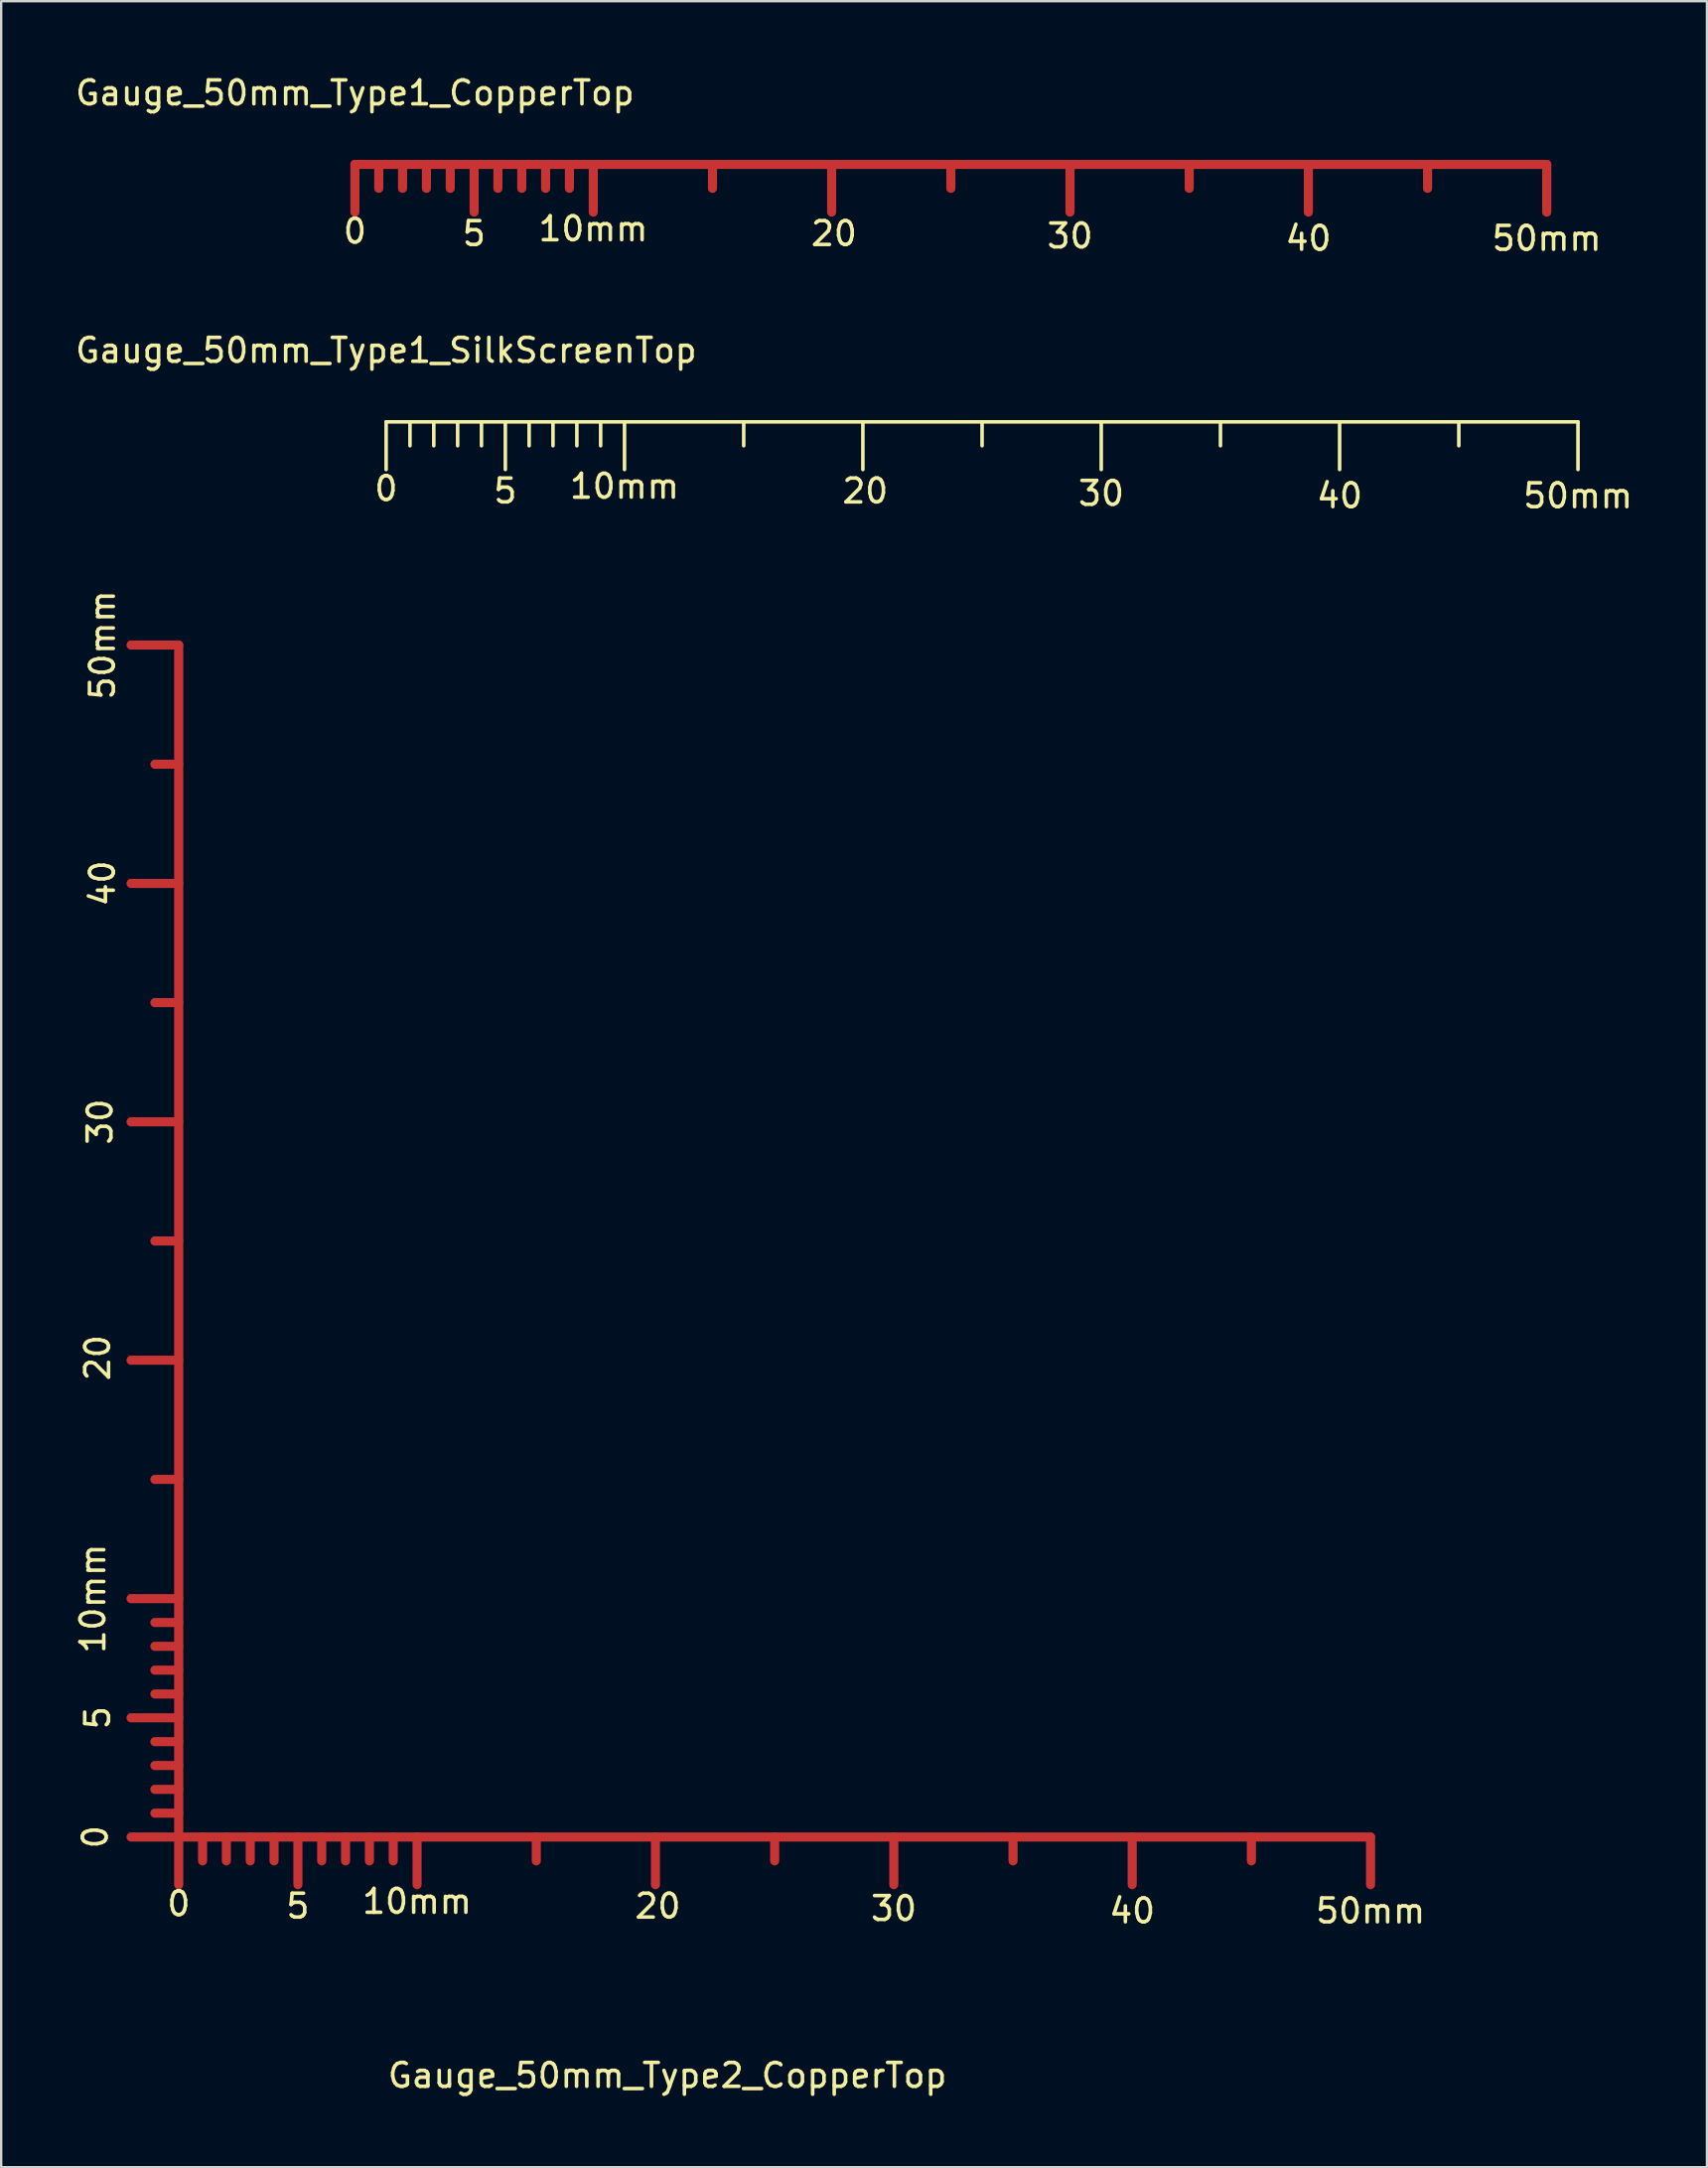
<source format=kicad_pcb>
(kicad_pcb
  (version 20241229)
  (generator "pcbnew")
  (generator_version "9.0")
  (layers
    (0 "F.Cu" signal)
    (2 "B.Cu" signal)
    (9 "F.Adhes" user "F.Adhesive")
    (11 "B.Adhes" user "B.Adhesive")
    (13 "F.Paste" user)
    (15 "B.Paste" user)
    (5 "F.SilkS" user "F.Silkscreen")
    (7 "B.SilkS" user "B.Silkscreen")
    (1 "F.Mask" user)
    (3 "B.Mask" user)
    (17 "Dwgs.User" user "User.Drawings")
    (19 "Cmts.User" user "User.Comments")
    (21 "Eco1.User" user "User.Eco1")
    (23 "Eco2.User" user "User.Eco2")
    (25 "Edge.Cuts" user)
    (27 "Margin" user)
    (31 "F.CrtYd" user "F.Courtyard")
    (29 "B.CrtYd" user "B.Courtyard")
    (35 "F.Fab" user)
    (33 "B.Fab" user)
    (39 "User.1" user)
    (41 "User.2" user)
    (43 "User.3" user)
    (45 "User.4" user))
  (footprint "Gauge_50mm_Type2_CopperTop"
    (layer "F.Cu")
    (at 4.447 74.008)
    (property "Reference" "Gauge_50mm_Type2_CopperTop" (at 20.5 10 0) (layer "F.SilkS") (effects (font (size 1 1) (thickness 0.15))))
    (attr through_hole)
    (fp_line (start 0 -50) (end -1.999 -50) (stroke (width 0.381) (type solid)) (layer "F.Cu"))
    (fp_line (start 0 -45.001) (end -1.001 -45.001) (stroke (width 0.381) (type solid)) (layer "F.Cu"))
    (fp_line (start 0 -40) (end -1.999 -40) (stroke (width 0.381) (type solid)) (layer "F.Cu"))
    (fp_line (start 0 -35.001) (end -1.001 -35.001) (stroke (width 0.381) (type solid)) (layer "F.Cu"))
    (fp_line (start 0 -30) (end -1.999 -30) (stroke (width 0.381) (type solid)) (layer "F.Cu"))
    (fp_line (start 0 -25.001) (end -1.001 -25.001) (stroke (width 0.381) (type solid)) (layer "F.Cu"))
    (fp_line (start 0 -20) (end -1.999 -20) (stroke (width 0.381) (type solid)) (layer "F.Cu"))
    (fp_line (start 0 -15.001) (end -1.001 -15.001) (stroke (width 0.381) (type solid)) (layer "F.Cu"))
    (fp_line (start 0 -10) (end -1.999 -10) (stroke (width 0.381) (type solid)) (layer "F.Cu"))
    (fp_line (start 0 -8.999) (end -1.001 -8.999) (stroke (width 0.381) (type solid)) (layer "F.Cu"))
    (fp_line (start 0 -8.001) (end -1.001 -8.001) (stroke (width 0.381) (type solid)) (layer "F.Cu"))
    (fp_line (start 0 -7) (end -1.001 -7) (stroke (width 0.381) (type solid)) (layer "F.Cu"))
    (fp_line (start 0 -5.999) (end -1.001 -5.999) (stroke (width 0.381) (type solid)) (layer "F.Cu"))
    (fp_line (start 0 -5.001) (end -1.999 -5.001) (stroke (width 0.381) (type solid)) (layer "F.Cu"))
    (fp_line (start 0 -4) (end -1.001 -4) (stroke (width 0.381) (type solid)) (layer "F.Cu"))
    (fp_line (start 0 -3) (end -1.001 -3) (stroke (width 0.381) (type solid)) (layer "F.Cu"))
    (fp_line (start 0 -1.999) (end -1.001 -1.999) (stroke (width 0.381) (type solid)) (layer "F.Cu"))
    (fp_line (start 0 -1.001) (end -1.001 -1.001) (stroke (width 0.381) (type solid)) (layer "F.Cu"))
    (fp_line (start 0 0) (end -1.999 0) (stroke (width 0.381) (type solid)) (layer "F.Cu"))
    (fp_line (start 0 0) (end 0 -50) (stroke (width 0.381) (type solid)) (layer "F.Cu"))
    (fp_line (start 0 0) (end 0 1.999) (stroke (width 0.381) (type solid)) (layer "F.Cu"))
    (fp_line (start 0 0) (end 10 0) (stroke (width 0.381) (type solid)) (layer "F.Cu"))
    (fp_line (start 1.001 0) (end 1.001 1.001) (stroke (width 0.381) (type solid)) (layer "F.Cu"))
    (fp_line (start 1.999 0) (end 1.999 1.001) (stroke (width 0.381) (type solid)) (layer "F.Cu"))
    (fp_line (start 3 0) (end 3 1.001) (stroke (width 0.381) (type solid)) (layer "F.Cu"))
    (fp_line (start 4 0) (end 4 1.001) (stroke (width 0.381) (type solid)) (layer "F.Cu"))
    (fp_line (start 5.001 0) (end 5.001 1.999) (stroke (width 0.381) (type solid)) (layer "F.Cu"))
    (fp_line (start 5.999 0) (end 5.999 1.001) (stroke (width 0.381) (type solid)) (layer "F.Cu"))
    (fp_line (start 7 0) (end 7 1.001) (stroke (width 0.381) (type solid)) (layer "F.Cu"))
    (fp_line (start 8.001 0) (end 8.001 1.001) (stroke (width 0.381) (type solid)) (layer "F.Cu"))
    (fp_line (start 8.999 0) (end 8.999 1.001) (stroke (width 0.381) (type solid)) (layer "F.Cu"))
    (fp_line (start 10 0) (end 10 1.999) (stroke (width 0.381) (type solid)) (layer "F.Cu"))
    (fp_line (start 10 0) (end 50 0) (stroke (width 0.381) (type solid)) (layer "F.Cu"))
    (fp_line (start 15.001 0) (end 15.001 1.001) (stroke (width 0.381) (type solid)) (layer "F.Cu"))
    (fp_line (start 20 0) (end 20 1.999) (stroke (width 0.381) (type solid)) (layer "F.Cu"))
    (fp_line (start 25.001 0) (end 25.001 1.001) (stroke (width 0.381) (type solid)) (layer "F.Cu"))
    (fp_line (start 30 0) (end 30 1.999) (stroke (width 0.381) (type solid)) (layer "F.Cu"))
    (fp_line (start 35.001 0) (end 35.001 1.001) (stroke (width 0.381) (type solid)) (layer "F.Cu"))
    (fp_line (start 40 0) (end 40 1.999) (stroke (width 0.381) (type solid)) (layer "F.Cu"))
    (fp_line (start 45.001 0) (end 45.001 1.001) (stroke (width 0.381) (type solid)) (layer "F.Cu"))
    (fp_line (start 50 0) (end 50 1.999) (stroke (width 0.381) (type solid)) (layer "F.Cu"))
    (fp_text user "50mm" (at 50 3.101 0) (layer "F.SilkS") (effects (font (size 1 1) (thickness 0.15))))
    (fp_text user "0" (at -3.5 -0.003 90) (layer "F.SilkS") (effects (font (size 1 1) (thickness 0.15))))
    (fp_text user "50mm" (at -3.198 -50.002 90) (layer "F.SilkS") (effects (font (size 1 1) (thickness 0.15))))
    (fp_text user "10mm" (at -3.599 -10.003 90) (layer "F.SilkS") (effects (font (size 1 1) (thickness 0.15))))
    (fp_text user "30" (at -3.299 -30.002 90) (layer "F.SilkS") (effects (font (size 1 1) (thickness 0.15))))
    (fp_text user "20" (at -3.399 -20.102 90) (layer "F.SilkS") (effects (font (size 1 1) (thickness 0.15))))
    (fp_text user "40" (at -3.198 -40.002 90) (layer "F.SilkS") (effects (font (size 1 1) (thickness 0.15))))
    (fp_text user "40" (at 40 3.101 0) (layer "F.SilkS") (effects (font (size 1 1) (thickness 0.15))))
    (fp_text user "0" (at 0 2.799 0) (layer "F.SilkS") (effects (font (size 1 1) (thickness 0.15))))
    (fp_text user "5" (at -3.399 -5.001 90) (layer "F.SilkS") (effects (font (size 1 1) (thickness 0.15))))
    (fp_text user "20" (at 20.099 2.901 0) (layer "F.SilkS") (effects (font (size 1 1) (thickness 0.15))))
    (fp_text user "5" (at 4.999 2.901 0) (layer "F.SilkS") (effects (font (size 1 1) (thickness 0.15))))
    (fp_text user "30" (at 30 3 0) (layer "F.SilkS") (effects (font (size 1 1) (thickness 0.15))))
    (fp_text user "10mm" (at 10 2.7 0) (layer "F.SilkS") (effects (font (size 1 1) (thickness 0.15)))))
  (footprint "Gauge_50mm_Type1_CopperTop"
    (layer "F.Cu")
    (at 11.839 3.848)
    (property "Reference" "Gauge_50mm_Type1_CopperTop" (at 0 -3 0) (layer "F.SilkS") (effects (font (size 1 1) (thickness 0.15))))
    (attr through_hole)
    (fp_line (start 0 0) (end 0 1.999) (stroke (width 0.381) (type solid)) (layer "F.Cu"))
    (fp_line (start 0 0) (end 10 0) (stroke (width 0.381) (type solid)) (layer "F.Cu"))
    (fp_line (start 1.001 0) (end 1.001 1.001) (stroke (width 0.381) (type solid)) (layer "F.Cu"))
    (fp_line (start 1.999 0) (end 1.999 1.001) (stroke (width 0.381) (type solid)) (layer "F.Cu"))
    (fp_line (start 3 0) (end 3 1.001) (stroke (width 0.381) (type solid)) (layer "F.Cu"))
    (fp_line (start 4 0) (end 4 1.001) (stroke (width 0.381) (type solid)) (layer "F.Cu"))
    (fp_line (start 5.001 0) (end 5.001 1.999) (stroke (width 0.381) (type solid)) (layer "F.Cu"))
    (fp_line (start 5.999 0) (end 5.999 1.001) (stroke (width 0.381) (type solid)) (layer "F.Cu"))
    (fp_line (start 7 0) (end 7 1.001) (stroke (width 0.381) (type solid)) (layer "F.Cu"))
    (fp_line (start 8.001 0) (end 8.001 1.001) (stroke (width 0.381) (type solid)) (layer "F.Cu"))
    (fp_line (start 8.999 0) (end 8.999 1.001) (stroke (width 0.381) (type solid)) (layer "F.Cu"))
    (fp_line (start 10 0) (end 10 1.999) (stroke (width 0.381) (type solid)) (layer "F.Cu"))
    (fp_line (start 10 0) (end 50 0) (stroke (width 0.381) (type solid)) (layer "F.Cu"))
    (fp_line (start 15.001 0) (end 15.001 1.001) (stroke (width 0.381) (type solid)) (layer "F.Cu"))
    (fp_line (start 20 0) (end 20 1.999) (stroke (width 0.381) (type solid)) (layer "F.Cu"))
    (fp_line (start 25.001 0) (end 25.001 1.001) (stroke (width 0.381) (type solid)) (layer "F.Cu"))
    (fp_line (start 30 0) (end 30 1.999) (stroke (width 0.381) (type solid)) (layer "F.Cu"))
    (fp_line (start 35.001 0) (end 35.001 1.001) (stroke (width 0.381) (type solid)) (layer "F.Cu"))
    (fp_line (start 40 0) (end 40 1.999) (stroke (width 0.381) (type solid)) (layer "F.Cu"))
    (fp_line (start 45.001 0) (end 45.001 1.001) (stroke (width 0.381) (type solid)) (layer "F.Cu"))
    (fp_line (start 50 0) (end 50 1.999) (stroke (width 0.381) (type solid)) (layer "F.Cu"))
    (fp_text user "50mm" (at 50 3.101 0) (layer "F.SilkS") (effects (font (size 1 1) (thickness 0.15))))
    (fp_text user "30" (at 30 3 0) (layer "F.SilkS") (effects (font (size 1 1) (thickness 0.15))))
    (fp_text user "20" (at 20.099 2.901 0) (layer "F.SilkS") (effects (font (size 1 1) (thickness 0.15))))
    (fp_text user "40" (at 40 3.101 0) (layer "F.SilkS") (effects (font (size 1 1) (thickness 0.15))))
    (fp_text user "10mm" (at 10 2.7 0) (layer "F.SilkS") (effects (font (size 1 1) (thickness 0.15))))
    (fp_text user "5" (at 4.999 2.901 0) (layer "F.SilkS") (effects (font (size 1 1) (thickness 0.15))))
    (fp_text user "0" (at 0 2.799 0) (layer "F.SilkS") (effects (font (size 1 1) (thickness 0.15)))))
  (footprint "Gauge_50mm_Type1_SilkScreenTop"
    (layer "F.Cu")
    (at 13.149 14.646)
    (property "Reference" "Gauge_50mm_Type1_SilkScreenTop" (at 0 -3 0) (layer "F.SilkS") (effects (font (size 1 1) (thickness 0.15))))
    (attr through_hole)
    (fp_line (start 0 0) (end 0 1.999) (stroke (width 0.15) (type solid)) (layer "F.SilkS"))
    (fp_line (start 0 0) (end 10 0) (stroke (width 0.15) (type solid)) (layer "F.SilkS"))
    (fp_line (start 1.001 0) (end 1.001 1.001) (stroke (width 0.15) (type solid)) (layer "F.SilkS"))
    (fp_line (start 1.999 0) (end 1.999 1.001) (stroke (width 0.15) (type solid)) (layer "F.SilkS"))
    (fp_line (start 3 0) (end 3 1.001) (stroke (width 0.15) (type solid)) (layer "F.SilkS"))
    (fp_line (start 4 0) (end 4 1.001) (stroke (width 0.15) (type solid)) (layer "F.SilkS"))
    (fp_line (start 5.001 0) (end 5.001 1.999) (stroke (width 0.15) (type solid)) (layer "F.SilkS"))
    (fp_line (start 5.999 0) (end 5.999 1.001) (stroke (width 0.15) (type solid)) (layer "F.SilkS"))
    (fp_line (start 7 0) (end 7 1.001) (stroke (width 0.15) (type solid)) (layer "F.SilkS"))
    (fp_line (start 8.001 0) (end 8.001 1.001) (stroke (width 0.15) (type solid)) (layer "F.SilkS"))
    (fp_line (start 8.999 0) (end 8.999 1.001) (stroke (width 0.15) (type solid)) (layer "F.SilkS"))
    (fp_line (start 10 0) (end 10 1.999) (stroke (width 0.15) (type solid)) (layer "F.SilkS"))
    (fp_line (start 10 0) (end 50 0) (stroke (width 0.15) (type solid)) (layer "F.SilkS"))
    (fp_line (start 15.001 0) (end 15.001 1.001) (stroke (width 0.15) (type solid)) (layer "F.SilkS"))
    (fp_line (start 20 0) (end 20 1.999) (stroke (width 0.15) (type solid)) (layer "F.SilkS"))
    (fp_line (start 25.001 0) (end 25.001 1.001) (stroke (width 0.15) (type solid)) (layer "F.SilkS"))
    (fp_line (start 30 0) (end 30 1.999) (stroke (width 0.15) (type solid)) (layer "F.SilkS"))
    (fp_line (start 35.001 0) (end 35.001 1.001) (stroke (width 0.15) (type solid)) (layer "F.SilkS"))
    (fp_line (start 40 0) (end 40 1.999) (stroke (width 0.15) (type solid)) (layer "F.SilkS"))
    (fp_line (start 45.001 0) (end 45.001 1.001) (stroke (width 0.15) (type solid)) (layer "F.SilkS"))
    (fp_line (start 50 0) (end 50 1.999) (stroke (width 0.15) (type solid)) (layer "F.SilkS"))
    (fp_text user "20" (at 20.099 2.901 0) (layer "F.SilkS") (effects (font (size 1 1) (thickness 0.15))))
    (fp_text user "10mm" (at 10 2.7 0) (layer "F.SilkS") (effects (font (size 1 1) (thickness 0.15))))
    (fp_text user "0" (at 0 2.799 0) (layer "F.SilkS") (effects (font (size 1 1) (thickness 0.15))))
    (fp_text user "30" (at 30 3 0) (layer "F.SilkS") (effects (font (size 1 1) (thickness 0.15))))
    (fp_text user "50mm" (at 50 3.101 0) (layer "F.SilkS") (effects (font (size 1 1) (thickness 0.15))))
    (fp_text user "40" (at 40 3.101 0) (layer "F.SilkS") (effects (font (size 1 1) (thickness 0.15))))
    (fp_text user "5" (at 4.999 2.901 0) (layer "F.SilkS") (effects (font (size 1 1) (thickness 0.15)))))
  (gr_rect
    (start -3 -3)
    (end 68.559 87.857)
    (stroke (width 0.1) (type default))
    (fill no)
    (layer "Edge.Cuts")))
</source>
